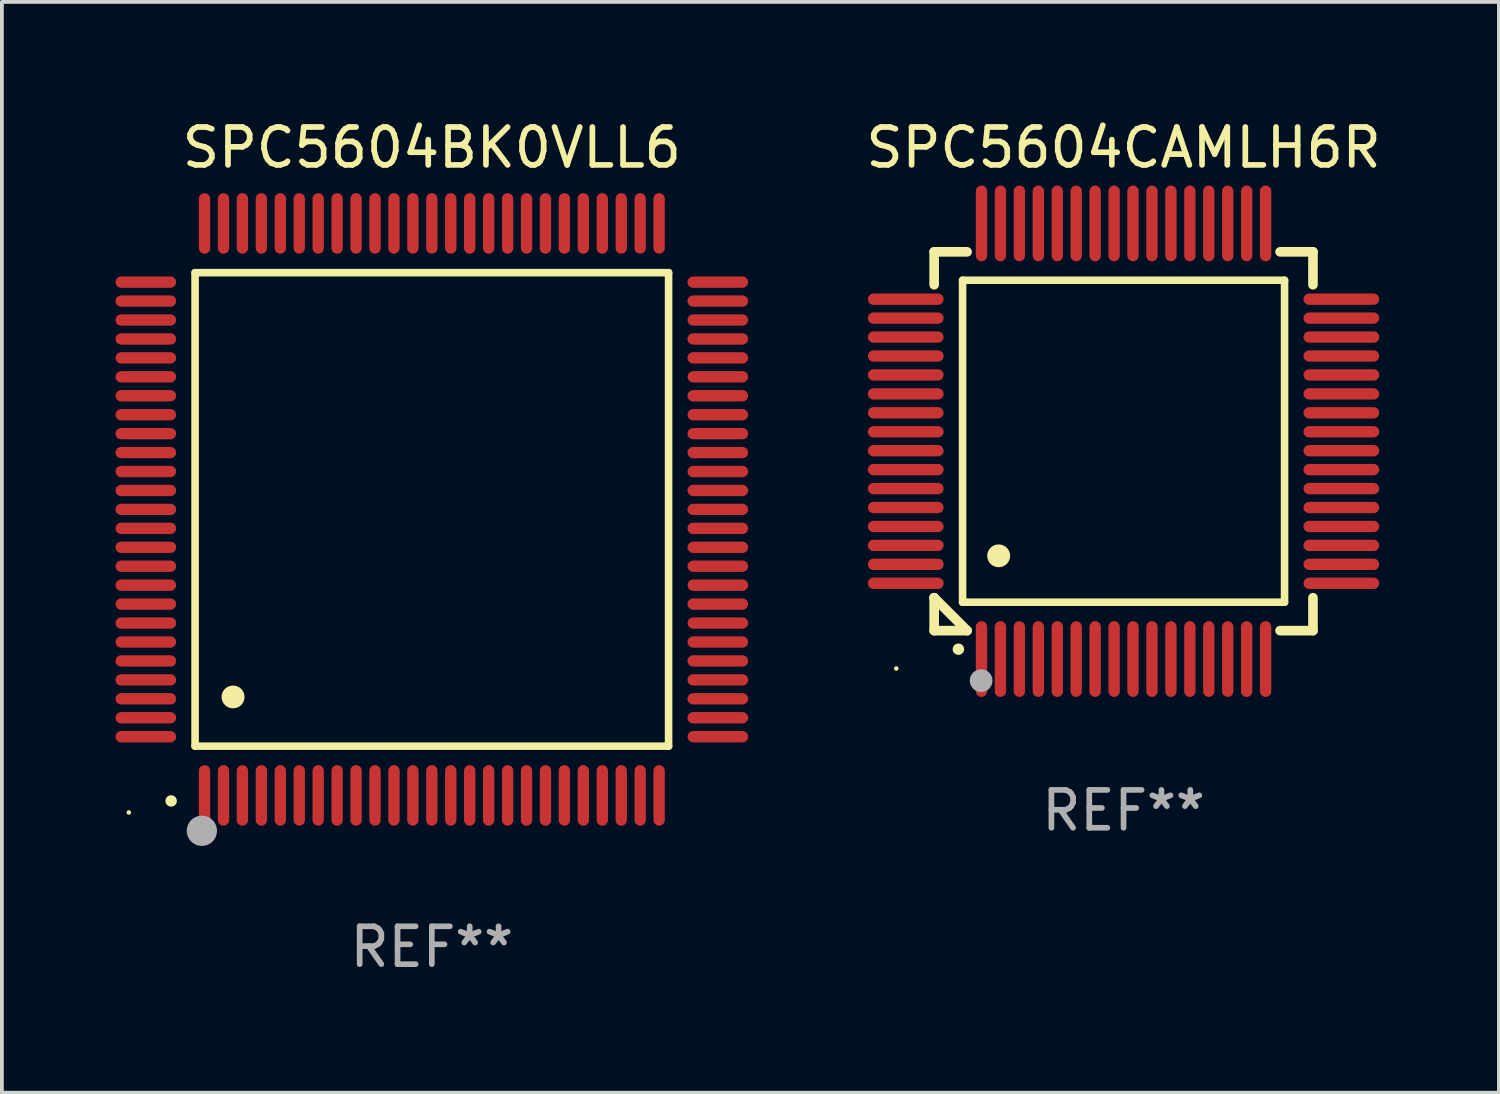
<source format=kicad_pcb>
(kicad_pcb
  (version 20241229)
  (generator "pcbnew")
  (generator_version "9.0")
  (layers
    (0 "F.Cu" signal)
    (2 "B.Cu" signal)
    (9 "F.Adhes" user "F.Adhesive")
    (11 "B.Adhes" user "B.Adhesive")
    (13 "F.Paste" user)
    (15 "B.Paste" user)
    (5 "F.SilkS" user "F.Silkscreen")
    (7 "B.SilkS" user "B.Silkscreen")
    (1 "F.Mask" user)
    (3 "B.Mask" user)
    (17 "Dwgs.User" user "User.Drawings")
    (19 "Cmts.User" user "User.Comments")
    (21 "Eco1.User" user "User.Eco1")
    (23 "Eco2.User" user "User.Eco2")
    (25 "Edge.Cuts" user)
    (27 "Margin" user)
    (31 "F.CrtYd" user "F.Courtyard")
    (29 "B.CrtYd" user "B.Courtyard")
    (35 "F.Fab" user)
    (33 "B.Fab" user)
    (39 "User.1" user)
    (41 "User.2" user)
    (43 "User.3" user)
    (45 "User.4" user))
  (footprint "SPC5604CAMLH6R"
    (layer "F.Cu")
    (at 26.611 8.598)
    (property "Reference" "SPC5604CAMLH6R" (at 0 -7.75 0) (layer "F.SilkS") (effects (font (size 1 1) (thickness 0.15))))
    (attr through_hole)
    (fp_line (start -5 -5) (end -4.131 -5) (stroke (width 0.254) (type solid)) (layer "F.SilkS"))
    (fp_line (start -5 -4.131) (end -5 -5) (stroke (width 0.254) (type solid)) (layer "F.SilkS"))
    (fp_line (start -5 4.131) (end -5 4.131) (stroke (width 0.254) (type solid)) (layer "F.SilkS"))
    (fp_line (start -5 5) (end -5 4.131) (stroke (width 0.254) (type solid)) (layer "F.SilkS"))
    (fp_line (start -5 4.131) (end -4.131 5) (stroke (width 0.254) (type solid)) (layer "F.SilkS"))
    (fp_line (start -4.25 -4.25) (end -4.25 4.25) (stroke (width 0.2) (type solid)) (layer "F.SilkS"))
    (fp_line (start -4.25 4.25) (end 4.25 4.25) (stroke (width 0.2) (type solid)) (layer "F.SilkS"))
    (fp_line (start -4.131 5) (end -5 5) (stroke (width 0.254) (type solid)) (layer "F.SilkS"))
    (fp_line (start 4.25 -4.25) (end -4.25 -4.25) (stroke (width 0.2) (type solid)) (layer "F.SilkS"))
    (fp_line (start 4.25 4.25) (end 4.25 -4.25) (stroke (width 0.2) (type solid)) (layer "F.SilkS"))
    (fp_line (start 5 -5) (end 4.131 -5) (stroke (width 0.254) (type solid)) (layer "F.SilkS"))
    (fp_line (start 5 -5) (end 5 -4.131) (stroke (width 0.254) (type solid)) (layer "F.SilkS"))
    (fp_line (start 5 4.131) (end 5 5) (stroke (width 0.254) (type solid)) (layer "F.SilkS"))
    (fp_line (start 5 5) (end 4.131 5) (stroke (width 0.254) (type solid)) (layer "F.SilkS"))
    (fp_arc (start -4.361265 5.489992) (mid -4.359995 5.489987) (end -4.358725 5.489992) (stroke (width 0.3) (type solid)) (layer "F.SilkS"))
    (fp_arc (start -3.299467 3.025146) (mid -3.296927 3.025135) (end -3.294387 3.025146) (stroke (width 0.6) (type solid)) (layer "F.SilkS"))
    (fp_circle (center -6 6) (end -5.97 6) (stroke (width 0.06) (type solid)) (fill no) (layer "F.SilkS"))
    (fp_circle (center -3.76 6.32) (end -3.61 6.32) (stroke (width 0.3) (type solid)) (fill no) (layer "F.Fab"))
    (fp_text user "REF**" (at 0 9.75 0) (layer "F.Fab") (effects (font (size 1 1) (thickness 0.15))))
    (pad "1" smd oval (at -3.75 5.75) (size 0.3 2) (layers "F.Cu" "F.Mask" "F.Paste"))
    (pad "2" smd oval (at -3.25 5.75) (size 0.3 2) (layers "F.Cu" "F.Mask" "F.Paste"))
    (pad "3" smd oval (at -2.75 5.75) (size 0.3 2) (layers "F.Cu" "F.Mask" "F.Paste"))
    (pad "4" smd oval (at -2.25 5.75) (size 0.3 2) (layers "F.Cu" "F.Mask" "F.Paste"))
    (pad "5" smd oval (at -1.75 5.75) (size 0.3 2) (layers "F.Cu" "F.Mask" "F.Paste"))
    (pad "6" smd oval (at -1.25 5.75) (size 0.3 2) (layers "F.Cu" "F.Mask" "F.Paste"))
    (pad "7" smd oval (at -0.75 5.75) (size 0.3 2) (layers "F.Cu" "F.Mask" "F.Paste"))
    (pad "8" smd oval (at -0.25 5.75) (size 0.3 2) (layers "F.Cu" "F.Mask" "F.Paste"))
    (pad "9" smd oval (at 0.25 5.75) (size 0.3 2) (layers "F.Cu" "F.Mask" "F.Paste"))
    (pad "10" smd oval (at 0.75 5.75) (size 0.3 2) (layers "F.Cu" "F.Mask" "F.Paste"))
    (pad "11" smd oval (at 1.25 5.75) (size 0.3 2) (layers "F.Cu" "F.Mask" "F.Paste"))
    (pad "12" smd oval (at 1.75 5.75) (size 0.3 2) (layers "F.Cu" "F.Mask" "F.Paste"))
    (pad "13" smd oval (at 2.25 5.75) (size 0.3 2) (layers "F.Cu" "F.Mask" "F.Paste"))
    (pad "14" smd oval (at 2.75 5.75) (size 0.3 2) (layers "F.Cu" "F.Mask" "F.Paste"))
    (pad "15" smd oval (at 3.25 5.75) (size 0.3 2) (layers "F.Cu" "F.Mask" "F.Paste"))
    (pad "16" smd oval (at 3.75 5.75) (size 0.3 2) (layers "F.Cu" "F.Mask" "F.Paste"))
    (pad "17" smd oval (at 5.75 3.75) (size 2 0.3) (layers "F.Cu" "F.Mask" "F.Paste"))
    (pad "18" smd oval (at 5.75 3.25) (size 2 0.3) (layers "F.Cu" "F.Mask" "F.Paste"))
    (pad "19" smd oval (at 5.75 2.75) (size 2 0.3) (layers "F.Cu" "F.Mask" "F.Paste"))
    (pad "20" smd oval (at 5.75 2.25) (size 2 0.3) (layers "F.Cu" "F.Mask" "F.Paste"))
    (pad "21" smd oval (at 5.75 1.75) (size 2 0.3) (layers "F.Cu" "F.Mask" "F.Paste"))
    (pad "22" smd oval (at 5.75 1.25) (size 2 0.3) (layers "F.Cu" "F.Mask" "F.Paste"))
    (pad "23" smd oval (at 5.75 0.75) (size 2 0.3) (layers "F.Cu" "F.Mask" "F.Paste"))
    (pad "24" smd oval (at 5.75 0.25) (size 2 0.3) (layers "F.Cu" "F.Mask" "F.Paste"))
    (pad "25" smd oval (at 5.75 -0.25) (size 2 0.3) (layers "F.Cu" "F.Mask" "F.Paste"))
    (pad "26" smd oval (at 5.75 -0.75) (size 2 0.3) (layers "F.Cu" "F.Mask" "F.Paste"))
    (pad "27" smd oval (at 5.75 -1.25) (size 2 0.3) (layers "F.Cu" "F.Mask" "F.Paste"))
    (pad "28" smd oval (at 5.75 -1.75) (size 2 0.3) (layers "F.Cu" "F.Mask" "F.Paste"))
    (pad "29" smd oval (at 5.75 -2.25) (size 2 0.3) (layers "F.Cu" "F.Mask" "F.Paste"))
    (pad "30" smd oval (at 5.75 -2.75) (size 2 0.3) (layers "F.Cu" "F.Mask" "F.Paste"))
    (pad "31" smd oval (at 5.75 -3.25) (size 2 0.3) (layers "F.Cu" "F.Mask" "F.Paste"))
    (pad "32" smd oval (at 5.75 -3.75) (size 2 0.3) (layers "F.Cu" "F.Mask" "F.Paste"))
    (pad "33" smd oval (at 3.75 -5.75) (size 0.3 2) (layers "F.Cu" "F.Mask" "F.Paste"))
    (pad "34" smd oval (at 3.25 -5.75) (size 0.3 2) (layers "F.Cu" "F.Mask" "F.Paste"))
    (pad "35" smd oval (at 2.75 -5.75) (size 0.3 2) (layers "F.Cu" "F.Mask" "F.Paste"))
    (pad "36" smd oval (at 2.25 -5.75) (size 0.3 2) (layers "F.Cu" "F.Mask" "F.Paste"))
    (pad "37" smd oval (at 1.75 -5.75) (size 0.3 2) (layers "F.Cu" "F.Mask" "F.Paste"))
    (pad "38" smd oval (at 1.25 -5.75) (size 0.3 2) (layers "F.Cu" "F.Mask" "F.Paste"))
    (pad "39" smd oval (at 0.75 -5.75) (size 0.3 2) (layers "F.Cu" "F.Mask" "F.Paste"))
    (pad "40" smd oval (at 0.25 -5.75) (size 0.3 2) (layers "F.Cu" "F.Mask" "F.Paste"))
    (pad "41" smd oval (at -0.25 -5.75) (size 0.3 2) (layers "F.Cu" "F.Mask" "F.Paste"))
    (pad "42" smd oval (at -0.75 -5.75) (size 0.3 2) (layers "F.Cu" "F.Mask" "F.Paste"))
    (pad "43" smd oval (at -1.25 -5.75) (size 0.3 2) (layers "F.Cu" "F.Mask" "F.Paste"))
    (pad "44" smd oval (at -1.75 -5.75) (size 0.3 2) (layers "F.Cu" "F.Mask" "F.Paste"))
    (pad "45" smd oval (at -2.25 -5.75) (size 0.3 2) (layers "F.Cu" "F.Mask" "F.Paste"))
    (pad "46" smd oval (at -2.75 -5.75) (size 0.3 2) (layers "F.Cu" "F.Mask" "F.Paste"))
    (pad "47" smd oval (at -3.25 -5.75) (size 0.3 2) (layers "F.Cu" "F.Mask" "F.Paste"))
    (pad "48" smd oval (at -3.75 -5.75) (size 0.3 2) (layers "F.Cu" "F.Mask" "F.Paste"))
    (pad "49" smd oval (at -5.75 -3.75) (size 2 0.3) (layers "F.Cu" "F.Mask" "F.Paste"))
    (pad "50" smd oval (at -5.75 -3.25) (size 2 0.3) (layers "F.Cu" "F.Mask" "F.Paste"))
    (pad "51" smd oval (at -5.75 -2.75) (size 2 0.3) (layers "F.Cu" "F.Mask" "F.Paste"))
    (pad "52" smd oval (at -5.75 -2.25) (size 2 0.3) (layers "F.Cu" "F.Mask" "F.Paste"))
    (pad "53" smd oval (at -5.75 -1.75) (size 2 0.3) (layers "F.Cu" "F.Mask" "F.Paste"))
    (pad "54" smd oval (at -5.75 -1.25) (size 2 0.3) (layers "F.Cu" "F.Mask" "F.Paste"))
    (pad "55" smd oval (at -5.75 -0.75) (size 2 0.3) (layers "F.Cu" "F.Mask" "F.Paste"))
    (pad "56" smd oval (at -5.75 -0.25) (size 2 0.3) (layers "F.Cu" "F.Mask" "F.Paste"))
    (pad "57" smd oval (at -5.75 0.25) (size 2 0.3) (layers "F.Cu" "F.Mask" "F.Paste"))
    (pad "58" smd oval (at -5.75 0.75) (size 2 0.3) (layers "F.Cu" "F.Mask" "F.Paste"))
    (pad "59" smd oval (at -5.75 1.25) (size 2 0.3) (layers "F.Cu" "F.Mask" "F.Paste"))
    (pad "60" smd oval (at -5.75 1.75) (size 2 0.3) (layers "F.Cu" "F.Mask" "F.Paste"))
    (pad "61" smd oval (at -5.75 2.25) (size 2 0.3) (layers "F.Cu" "F.Mask" "F.Paste"))
    (pad "62" smd oval (at -5.75 2.75) (size 2 0.3) (layers "F.Cu" "F.Mask" "F.Paste"))
    (pad "63" smd oval (at -5.75 3.25) (size 2 0.3) (layers "F.Cu" "F.Mask" "F.Paste"))
    (pad "64" smd oval (at -5.75 3.75) (size 2 0.3) (layers "F.Cu" "F.Mask" "F.Paste")))
  (footprint "SPC5604BK0VLL6"
    (layer "F.Cu")
    (at 8.35 10.398)
    (property "Reference" "SPC5604BK0VLL6" (at 0 -9.55 0) (layer "F.SilkS") (effects (font (size 1 1) (thickness 0.15))))
    (attr through_hole)
    (fp_line (start -6.25 -6.25) (end -6.25 6.25) (stroke (width 0.2) (type solid)) (layer "F.SilkS"))
    (fp_line (start -6.25 6.25) (end 6.25 6.25) (stroke (width 0.2) (type solid)) (layer "F.SilkS"))
    (fp_line (start 6.25 -6.25) (end -6.25 -6.25) (stroke (width 0.2) (type solid)) (layer "F.SilkS"))
    (fp_line (start 6.25 6.25) (end 6.25 -6.25) (stroke (width 0.2) (type solid)) (layer "F.SilkS"))
    (fp_arc (start -6.883414 7.696215) (mid -6.882144 7.69621) (end -6.880874 7.696215) (stroke (width 0.3) (type solid)) (layer "F.SilkS"))
    (fp_arc (start -5.250191 4.95047) (mid -5.247651 4.950459) (end -5.245111 4.95047) (stroke (width 0.6) (type solid)) (layer "F.SilkS"))
    (fp_circle (center -8 8) (end -7.97 8) (stroke (width 0.06) (type solid)) (fill no) (layer "F.SilkS"))
    (fp_circle (center -6.071 8.484) (end -5.871 8.484) (stroke (width 0.4) (type solid)) (fill no) (layer "F.Fab"))
    (fp_text user "REF**" (at 0 11.55 0) (layer "F.Fab") (effects (font (size 1 1) (thickness 0.15))))
    (pad "1" smd oval (at -6 7.55) (size 0.3 1.6) (layers "F.Cu" "F.Mask" "F.Paste"))
    (pad "2" smd oval (at -5.5 7.55) (size 0.3 1.6) (layers "F.Cu" "F.Mask" "F.Paste"))
    (pad "3" smd oval (at -5 7.55) (size 0.3 1.6) (layers "F.Cu" "F.Mask" "F.Paste"))
    (pad "4" smd oval (at -4.5 7.55) (size 0.3 1.6) (layers "F.Cu" "F.Mask" "F.Paste"))
    (pad "5" smd oval (at -4 7.55) (size 0.3 1.6) (layers "F.Cu" "F.Mask" "F.Paste"))
    (pad "6" smd oval (at -3.5 7.55) (size 0.3 1.6) (layers "F.Cu" "F.Mask" "F.Paste"))
    (pad "7" smd oval (at -3 7.55) (size 0.3 1.6) (layers "F.Cu" "F.Mask" "F.Paste"))
    (pad "8" smd oval (at -2.5 7.55) (size 0.3 1.6) (layers "F.Cu" "F.Mask" "F.Paste"))
    (pad "9" smd oval (at -2 7.55) (size 0.3 1.6) (layers "F.Cu" "F.Mask" "F.Paste"))
    (pad "10" smd oval (at -1.5 7.55) (size 0.3 1.6) (layers "F.Cu" "F.Mask" "F.Paste"))
    (pad "11" smd oval (at -1 7.55) (size 0.3 1.6) (layers "F.Cu" "F.Mask" "F.Paste"))
    (pad "12" smd oval (at -0.5 7.55) (size 0.3 1.6) (layers "F.Cu" "F.Mask" "F.Paste"))
    (pad "13" smd oval (at 0 7.55) (size 0.3 1.6) (layers "F.Cu" "F.Mask" "F.Paste"))
    (pad "14" smd oval (at 0.5 7.55) (size 0.3 1.6) (layers "F.Cu" "F.Mask" "F.Paste"))
    (pad "15" smd oval (at 1 7.55) (size 0.3 1.6) (layers "F.Cu" "F.Mask" "F.Paste"))
    (pad "16" smd oval (at 1.5 7.55) (size 0.3 1.6) (layers "F.Cu" "F.Mask" "F.Paste"))
    (pad "17" smd oval (at 2 7.55) (size 0.3 1.6) (layers "F.Cu" "F.Mask" "F.Paste"))
    (pad "18" smd oval (at 2.5 7.55) (size 0.3 1.6) (layers "F.Cu" "F.Mask" "F.Paste"))
    (pad "19" smd oval (at 3 7.55) (size 0.3 1.6) (layers "F.Cu" "F.Mask" "F.Paste"))
    (pad "20" smd oval (at 3.5 7.55) (size 0.3 1.6) (layers "F.Cu" "F.Mask" "F.Paste"))
    (pad "21" smd oval (at 4 7.55) (size 0.3 1.6) (layers "F.Cu" "F.Mask" "F.Paste"))
    (pad "22" smd oval (at 4.5 7.55) (size 0.3 1.6) (layers "F.Cu" "F.Mask" "F.Paste"))
    (pad "23" smd oval (at 5 7.55) (size 0.3 1.6) (layers "F.Cu" "F.Mask" "F.Paste"))
    (pad "24" smd oval (at 5.5 7.55) (size 0.3 1.6) (layers "F.Cu" "F.Mask" "F.Paste"))
    (pad "25" smd oval (at 6 7.55) (size 0.3 1.6) (layers "F.Cu" "F.Mask" "F.Paste"))
    (pad "26" smd oval (at 7.55 6) (size 1.6 0.3) (layers "F.Cu" "F.Mask" "F.Paste"))
    (pad "27" smd oval (at 7.55 5.5) (size 1.6 0.3) (layers "F.Cu" "F.Mask" "F.Paste"))
    (pad "28" smd oval (at 7.55 5) (size 1.6 0.3) (layers "F.Cu" "F.Mask" "F.Paste"))
    (pad "29" smd oval (at 7.55 4.5) (size 1.6 0.3) (layers "F.Cu" "F.Mask" "F.Paste"))
    (pad "30" smd oval (at 7.55 4) (size 1.6 0.3) (layers "F.Cu" "F.Mask" "F.Paste"))
    (pad "31" smd oval (at 7.55 3.5) (size 1.6 0.3) (layers "F.Cu" "F.Mask" "F.Paste"))
    (pad "32" smd oval (at 7.55 3) (size 1.6 0.3) (layers "F.Cu" "F.Mask" "F.Paste"))
    (pad "33" smd oval (at 7.55 2.5) (size 1.6 0.3) (layers "F.Cu" "F.Mask" "F.Paste"))
    (pad "34" smd oval (at 7.55 2) (size 1.6 0.3) (layers "F.Cu" "F.Mask" "F.Paste"))
    (pad "35" smd oval (at 7.55 1.5) (size 1.6 0.3) (layers "F.Cu" "F.Mask" "F.Paste"))
    (pad "36" smd oval (at 7.55 1) (size 1.6 0.3) (layers "F.Cu" "F.Mask" "F.Paste"))
    (pad "37" smd oval (at 7.55 0.5) (size 1.6 0.3) (layers "F.Cu" "F.Mask" "F.Paste"))
    (pad "38" smd oval (at 7.55 0) (size 1.6 0.3) (layers "F.Cu" "F.Mask" "F.Paste"))
    (pad "39" smd oval (at 7.55 -0.5) (size 1.6 0.3) (layers "F.Cu" "F.Mask" "F.Paste"))
    (pad "40" smd oval (at 7.55 -1) (size 1.6 0.3) (layers "F.Cu" "F.Mask" "F.Paste"))
    (pad "41" smd oval (at 7.55 -1.5) (size 1.6 0.3) (layers "F.Cu" "F.Mask" "F.Paste"))
    (pad "42" smd oval (at 7.55 -2) (size 1.6 0.3) (layers "F.Cu" "F.Mask" "F.Paste"))
    (pad "43" smd oval (at 7.55 -2.5) (size 1.6 0.3) (layers "F.Cu" "F.Mask" "F.Paste"))
    (pad "44" smd oval (at 7.55 -3) (size 1.6 0.3) (layers "F.Cu" "F.Mask" "F.Paste"))
    (pad "45" smd oval (at 7.55 -3.5) (size 1.6 0.3) (layers "F.Cu" "F.Mask" "F.Paste"))
    (pad "46" smd oval (at 7.55 -4) (size 1.6 0.3) (layers "F.Cu" "F.Mask" "F.Paste"))
    (pad "47" smd oval (at 7.55 -4.5) (size 1.6 0.3) (layers "F.Cu" "F.Mask" "F.Paste"))
    (pad "48" smd oval (at 7.55 -5) (size 1.6 0.3) (layers "F.Cu" "F.Mask" "F.Paste"))
    (pad "49" smd oval (at 7.55 -5.5) (size 1.6 0.3) (layers "F.Cu" "F.Mask" "F.Paste"))
    (pad "50" smd oval (at 7.55 -6) (size 1.6 0.3) (layers "F.Cu" "F.Mask" "F.Paste"))
    (pad "51" smd oval (at 6 -7.55) (size 0.3 1.6) (layers "F.Cu" "F.Mask" "F.Paste"))
    (pad "52" smd oval (at 5.5 -7.55) (size 0.3 1.6) (layers "F.Cu" "F.Mask" "F.Paste"))
    (pad "53" smd oval (at 5 -7.55) (size 0.3 1.6) (layers "F.Cu" "F.Mask" "F.Paste"))
    (pad "54" smd oval (at 4.5 -7.55) (size 0.3 1.6) (layers "F.Cu" "F.Mask" "F.Paste"))
    (pad "55" smd oval (at 4 -7.55) (size 0.3 1.6) (layers "F.Cu" "F.Mask" "F.Paste"))
    (pad "56" smd oval (at 3.5 -7.55) (size 0.3 1.6) (layers "F.Cu" "F.Mask" "F.Paste"))
    (pad "57" smd oval (at 3 -7.55) (size 0.3 1.6) (layers "F.Cu" "F.Mask" "F.Paste"))
    (pad "58" smd oval (at 2.5 -7.55) (size 0.3 1.6) (layers "F.Cu" "F.Mask" "F.Paste"))
    (pad "59" smd oval (at 2 -7.55) (size 0.3 1.6) (layers "F.Cu" "F.Mask" "F.Paste"))
    (pad "60" smd oval (at 1.5 -7.55) (size 0.3 1.6) (layers "F.Cu" "F.Mask" "F.Paste"))
    (pad "61" smd oval (at 1 -7.55) (size 0.3 1.6) (layers "F.Cu" "F.Mask" "F.Paste"))
    (pad "62" smd oval (at 0.5 -7.55) (size 0.3 1.6) (layers "F.Cu" "F.Mask" "F.Paste"))
    (pad "63" smd oval (at 0 -7.55) (size 0.3 1.6) (layers "F.Cu" "F.Mask" "F.Paste"))
    (pad "64" smd oval (at -0.5 -7.55) (size 0.3 1.6) (layers "F.Cu" "F.Mask" "F.Paste"))
    (pad "65" smd oval (at -1 -7.55) (size 0.3 1.6) (layers "F.Cu" "F.Mask" "F.Paste"))
    (pad "66" smd oval (at -1.5 -7.55) (size 0.3 1.6) (layers "F.Cu" "F.Mask" "F.Paste"))
    (pad "67" smd oval (at -2 -7.55) (size 0.3 1.6) (layers "F.Cu" "F.Mask" "F.Paste"))
    (pad "68" smd oval (at -2.5 -7.55) (size 0.3 1.6) (layers "F.Cu" "F.Mask" "F.Paste"))
    (pad "69" smd oval (at -3 -7.55) (size 0.3 1.6) (layers "F.Cu" "F.Mask" "F.Paste"))
    (pad "70" smd oval (at -3.5 -7.55) (size 0.3 1.6) (layers "F.Cu" "F.Mask" "F.Paste"))
    (pad "71" smd oval (at -4 -7.55) (size 0.3 1.6) (layers "F.Cu" "F.Mask" "F.Paste"))
    (pad "72" smd oval (at -4.5 -7.55) (size 0.3 1.6) (layers "F.Cu" "F.Mask" "F.Paste"))
    (pad "73" smd oval (at -5 -7.55) (size 0.3 1.6) (layers "F.Cu" "F.Mask" "F.Paste"))
    (pad "74" smd oval (at -5.5 -7.55) (size 0.3 1.6) (layers "F.Cu" "F.Mask" "F.Paste"))
    (pad "75" smd oval (at -6 -7.55) (size 0.3 1.6) (layers "F.Cu" "F.Mask" "F.Paste"))
    (pad "76" smd oval (at -7.55 -6) (size 1.6 0.3) (layers "F.Cu" "F.Mask" "F.Paste"))
    (pad "77" smd oval (at -7.55 -5.5) (size 1.6 0.3) (layers "F.Cu" "F.Mask" "F.Paste"))
    (pad "78" smd oval (at -7.55 -5) (size 1.6 0.3) (layers "F.Cu" "F.Mask" "F.Paste"))
    (pad "79" smd oval (at -7.55 -4.5) (size 1.6 0.3) (layers "F.Cu" "F.Mask" "F.Paste"))
    (pad "80" smd oval (at -7.55 -4) (size 1.6 0.3) (layers "F.Cu" "F.Mask" "F.Paste"))
    (pad "81" smd oval (at -7.55 -3.5) (size 1.6 0.3) (layers "F.Cu" "F.Mask" "F.Paste"))
    (pad "82" smd oval (at -7.55 -3) (size 1.6 0.3) (layers "F.Cu" "F.Mask" "F.Paste"))
    (pad "83" smd oval (at -7.55 -2.5) (size 1.6 0.3) (layers "F.Cu" "F.Mask" "F.Paste"))
    (pad "84" smd oval (at -7.55 -2) (size 1.6 0.3) (layers "F.Cu" "F.Mask" "F.Paste"))
    (pad "85" smd oval (at -7.55 -1.5) (size 1.6 0.3) (layers "F.Cu" "F.Mask" "F.Paste"))
    (pad "86" smd oval (at -7.55 -1) (size 1.6 0.3) (layers "F.Cu" "F.Mask" "F.Paste"))
    (pad "87" smd oval (at -7.55 -0.5) (size 1.6 0.3) (layers "F.Cu" "F.Mask" "F.Paste"))
    (pad "88" smd oval (at -7.55 0) (size 1.6 0.3) (layers "F.Cu" "F.Mask" "F.Paste"))
    (pad "89" smd oval (at -7.55 0.5) (size 1.6 0.3) (layers "F.Cu" "F.Mask" "F.Paste"))
    (pad "90" smd oval (at -7.55 1) (size 1.6 0.3) (layers "F.Cu" "F.Mask" "F.Paste"))
    (pad "91" smd oval (at -7.55 1.5) (size 1.6 0.3) (layers "F.Cu" "F.Mask" "F.Paste"))
    (pad "92" smd oval (at -7.55 2) (size 1.6 0.3) (layers "F.Cu" "F.Mask" "F.Paste"))
    (pad "93" smd oval (at -7.55 2.5) (size 1.6 0.3) (layers "F.Cu" "F.Mask" "F.Paste"))
    (pad "94" smd oval (at -7.55 3) (size 1.6 0.3) (layers "F.Cu" "F.Mask" "F.Paste"))
    (pad "95" smd oval (at -7.55 3.5) (size 1.6 0.3) (layers "F.Cu" "F.Mask" "F.Paste"))
    (pad "96" smd oval (at -7.55 4) (size 1.6 0.3) (layers "F.Cu" "F.Mask" "F.Paste"))
    (pad "97" smd oval (at -7.55 4.5) (size 1.6 0.3) (layers "F.Cu" "F.Mask" "F.Paste"))
    (pad "98" smd oval (at -7.55 5) (size 1.6 0.3) (layers "F.Cu" "F.Mask" "F.Paste"))
    (pad "99" smd oval (at -7.55 5.5) (size 1.6 0.3) (layers "F.Cu" "F.Mask" "F.Paste"))
    (pad "100" smd oval (at -7.55 6) (size 1.6 0.3) (layers "F.Cu" "F.Mask" "F.Paste")))
  (gr_rect
    (start -3 -3)
    (end 36.521 25.796)
    (stroke (width 0.1) (type default))
    (fill no)
    (layer "Edge.Cuts")))
</source>
